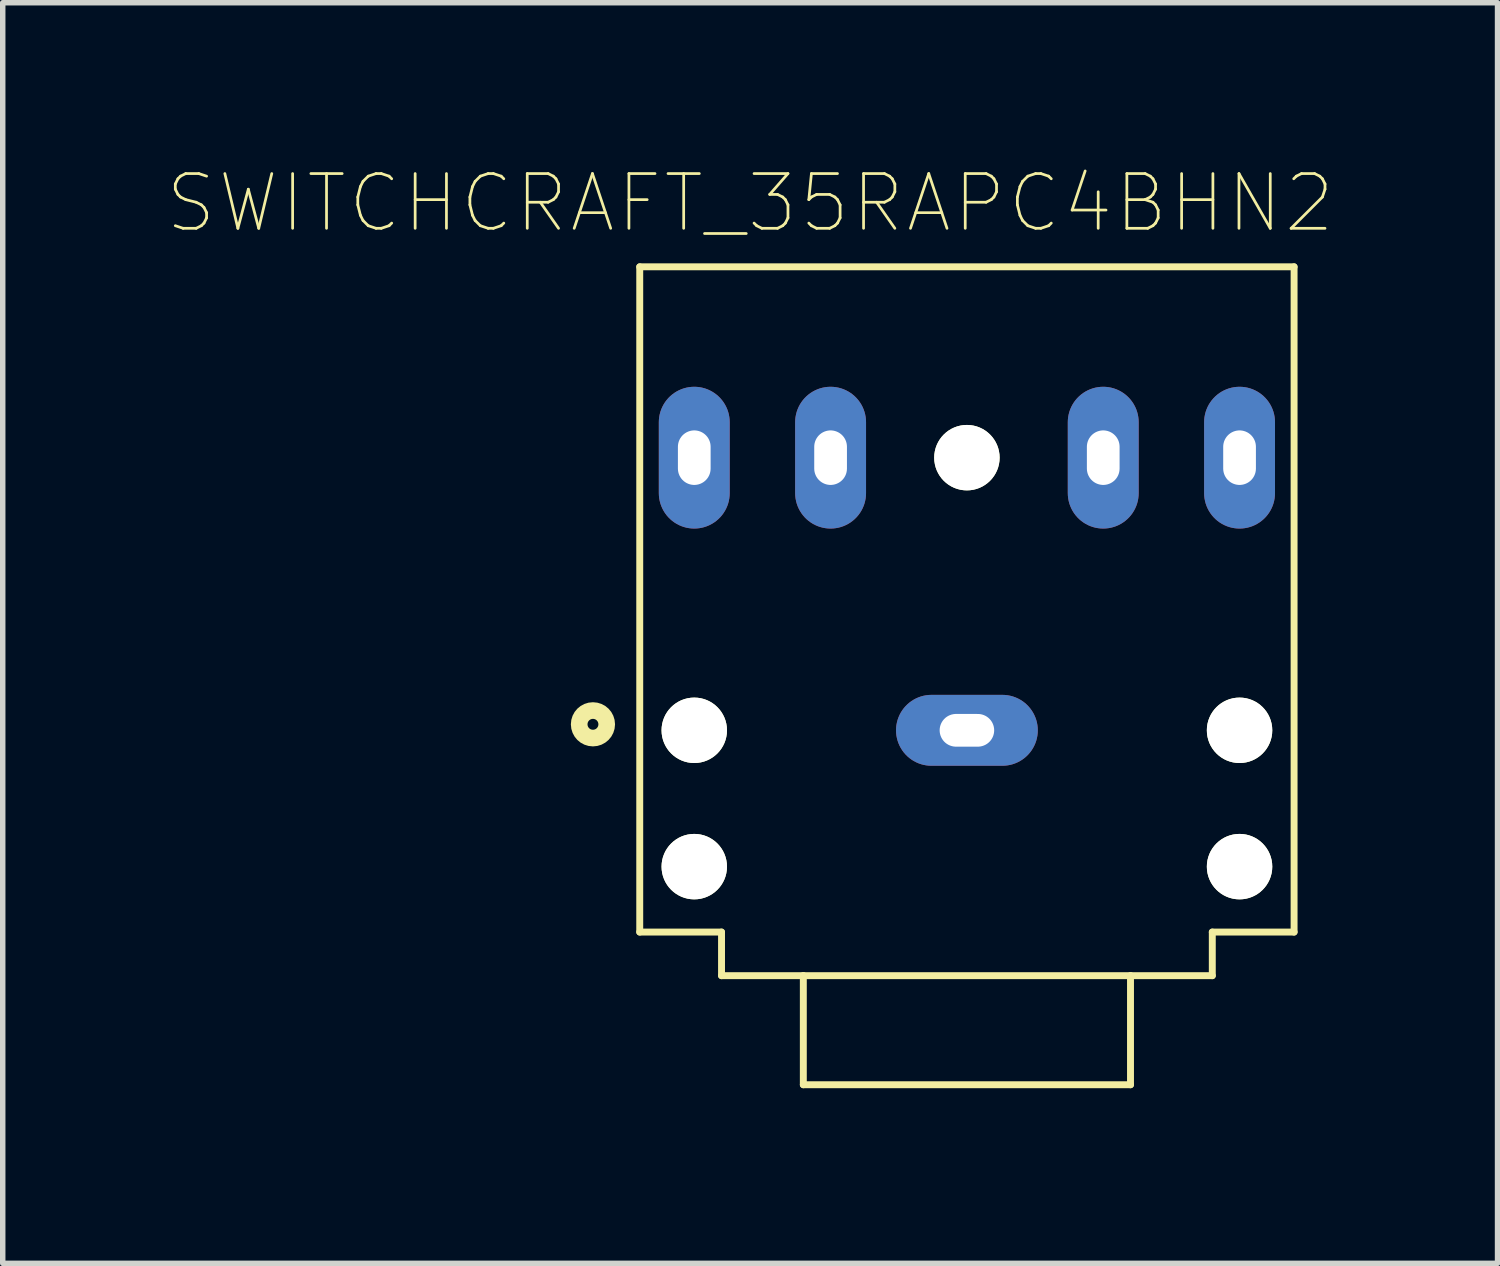
<source format=kicad_pcb>
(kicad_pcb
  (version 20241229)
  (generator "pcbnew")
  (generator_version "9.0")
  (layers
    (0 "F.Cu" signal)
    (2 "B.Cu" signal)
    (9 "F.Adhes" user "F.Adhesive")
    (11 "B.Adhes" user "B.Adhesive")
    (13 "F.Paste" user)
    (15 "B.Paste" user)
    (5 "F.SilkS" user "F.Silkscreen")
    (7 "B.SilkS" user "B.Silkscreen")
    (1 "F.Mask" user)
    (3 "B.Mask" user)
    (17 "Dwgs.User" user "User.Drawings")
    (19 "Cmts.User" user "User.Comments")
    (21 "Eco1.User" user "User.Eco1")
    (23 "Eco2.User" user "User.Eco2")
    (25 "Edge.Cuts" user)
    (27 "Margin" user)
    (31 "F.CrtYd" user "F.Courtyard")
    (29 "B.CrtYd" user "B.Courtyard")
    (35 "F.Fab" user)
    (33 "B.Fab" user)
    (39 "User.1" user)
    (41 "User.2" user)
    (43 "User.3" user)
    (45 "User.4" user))
  (footprint "SWITCHCRAFT_35RAPC4BHN2"
    (layer "F.Cu")
    (at 14.682 9.343)
    (property "Reference" "SWITCHCRAFT_35RAPC4BHN2" (at -3.975 -8.668 0) (layer "F.SilkS") (effects (font (size 1.004 1.004) (thickness 0.05))))
    (attr through_hole)
    (fp_line (start -6 -7.5) (end 6 -7.5) (stroke (width 0.127) (type solid)) (layer "F.SilkS"))
    (fp_line (start -6 4.7) (end -6 -7.5) (stroke (width 0.127) (type solid)) (layer "F.SilkS"))
    (fp_line (start -4.5 4.7) (end -6 4.7) (stroke (width 0.127) (type solid)) (layer "F.SilkS"))
    (fp_line (start -4.5 5.5) (end -4.5 4.7) (stroke (width 0.127) (type solid)) (layer "F.SilkS"))
    (fp_line (start -4.5 5.5) (end -3 5.5) (stroke (width 0.127) (type solid)) (layer "F.SilkS"))
    (fp_line (start -3 5.5) (end 3 5.5) (stroke (width 0.127) (type solid)) (layer "F.SilkS"))
    (fp_line (start -3 7.5) (end -3 5.5) (stroke (width 0.127) (type solid)) (layer "F.SilkS"))
    (fp_line (start -3 7.5) (end 3 7.5) (stroke (width 0.127) (type solid)) (layer "F.SilkS"))
    (fp_line (start 3 5.5) (end 4.5 5.5) (stroke (width 0.127) (type solid)) (layer "F.SilkS"))
    (fp_line (start 3 7.5) (end 3 5.5) (stroke (width 0.127) (type solid)) (layer "F.SilkS"))
    (fp_line (start 4.5 4.7) (end 4.5 5.5) (stroke (width 0.127) (type solid)) (layer "F.SilkS"))
    (fp_line (start 6 -7.5) (end 6 4.7) (stroke (width 0.127) (type solid)) (layer "F.SilkS"))
    (fp_line (start 6 4.7) (end 4.5 4.7) (stroke (width 0.127) (type solid)) (layer "F.SilkS"))
    (fp_circle (center -6.858 0.89) (end -6.758 0.89) (stroke (width 0.305) (type solid)) (fill no) (layer "F.SilkS"))
    (fp_line (start -6.25 -7.75) (end 6.25 -7.75) (stroke (width 0.05) (type solid)) (layer "Eco1.User"))
    (fp_line (start -6.25 5.75) (end -6.25 -7.75) (stroke (width 0.05) (type solid)) (layer "Eco1.User"))
    (fp_line (start -3.25 5.75) (end -6.25 5.75) (stroke (width 0.05) (type solid)) (layer "Eco1.User"))
    (fp_line (start -3.25 7.75) (end -3.25 5.75) (stroke (width 0.05) (type solid)) (layer "Eco1.User"))
    (fp_line (start 3.25 5.75) (end 3.25 7.75) (stroke (width 0.05) (type solid)) (layer "Eco1.User"))
    (fp_line (start 3.25 7.75) (end -3.25 7.75) (stroke (width 0.05) (type solid)) (layer "Eco1.User"))
    (fp_line (start 6.25 -7.75) (end 6.25 5.75) (stroke (width 0.05) (type solid)) (layer "Eco1.User"))
    (fp_line (start 6.25 5.75) (end 3.25 5.75) (stroke (width 0.05) (type solid)) (layer "Eco1.User"))
    (fp_line (start -6 -7.5) (end 6 -7.5) (stroke (width 0.127) (type solid)) (layer "Eco2.User"))
    (fp_line (start -6 4.7) (end -6 -7.5) (stroke (width 0.127) (type solid)) (layer "Eco2.User"))
    (fp_line (start -4.5 4.7) (end -6 4.7) (stroke (width 0.127) (type solid)) (layer "Eco2.User"))
    (fp_line (start -4.5 5.5) (end -4.5 4.7) (stroke (width 0.127) (type solid)) (layer "Eco2.User"))
    (fp_line (start -4.5 5.5) (end -3 5.5) (stroke (width 0.127) (type solid)) (layer "Eco2.User"))
    (fp_line (start -3 5.5) (end 3 5.5) (stroke (width 0.127) (type solid)) (layer "Eco2.User"))
    (fp_line (start -3 7.5) (end -3 5.5) (stroke (width 0.127) (type solid)) (layer "Eco2.User"))
    (fp_line (start -3 7.5) (end 3 7.5) (stroke (width 0.127) (type solid)) (layer "Eco2.User"))
    (fp_line (start 3 5.5) (end 4.5 5.5) (stroke (width 0.127) (type solid)) (layer "Eco2.User"))
    (fp_line (start 3 7.5) (end 3 5.5) (stroke (width 0.127) (type solid)) (layer "Eco2.User"))
    (fp_line (start 4.5 4.7) (end 4.5 5.5) (stroke (width 0.127) (type solid)) (layer "Eco2.User"))
    (fp_line (start 6 -7.5) (end 6 4.7) (stroke (width 0.127) (type solid)) (layer "Eco2.User"))
    (fp_line (start 6 4.7) (end 4.5 4.7) (stroke (width 0.127) (type solid)) (layer "Eco2.User"))
    (fp_circle (center -6.858 0.89) (end -6.758 0.89) (stroke (width 0.305) (type solid)) (fill no) (layer "Eco2.User"))
    (pad "" np_thru_hole circle (at -5 1) (size 1.2 1.2) (drill 1.2) (layers "*.Cu" "*.Mask" "F.SilkS"))
    (pad "" np_thru_hole circle (at -5 3.5) (size 1.2 1.2) (drill 1.2) (layers "*.Cu" "*.Mask" "F.SilkS"))
    (pad "" np_thru_hole circle (at 0 -4) (size 1.2 1.2) (drill 1.2) (layers "*.Cu" "*.Mask" "F.SilkS"))
    (pad "" np_thru_hole circle (at 5 1) (size 1.2 1.2) (drill 1.2) (layers "*.Cu" "*.Mask" "F.SilkS"))
    (pad "" np_thru_hole circle (at 5 3.5) (size 1.2 1.2) (drill 1.2) (layers "*.Cu" "*.Mask" "F.SilkS"))
    (pad "1" thru_hole oval (at 5 -4 90) (size 2.6 1.3) (drill oval 1 0.6) (layers "*.Cu" "*.Mask"))
    (pad "2" thru_hole oval (at -5 -4 90) (size 2.6 1.3) (drill oval 1 0.6) (layers "*.Cu" "*.Mask"))
    (pad "3" thru_hole oval (at 0 1 180) (size 2.6 1.3) (drill oval 1 0.6) (layers "*.Cu" "*.Mask"))
    (pad "10" thru_hole oval (at 2.5 -4 90) (size 2.6 1.3) (drill oval 1 0.6) (layers "*.Cu" "*.Mask"))
    (pad "11" thru_hole oval (at -2.5 -4 90) (size 2.6 1.3) (drill oval 1 0.6) (layers "*.Cu" "*.Mask")))
  (gr_rect
    (start -3 -3)
    (end 24.413 20.118)
    (stroke (width 0.1) (type default))
    (fill no)
    (layer "Edge.Cuts")))
</source>
